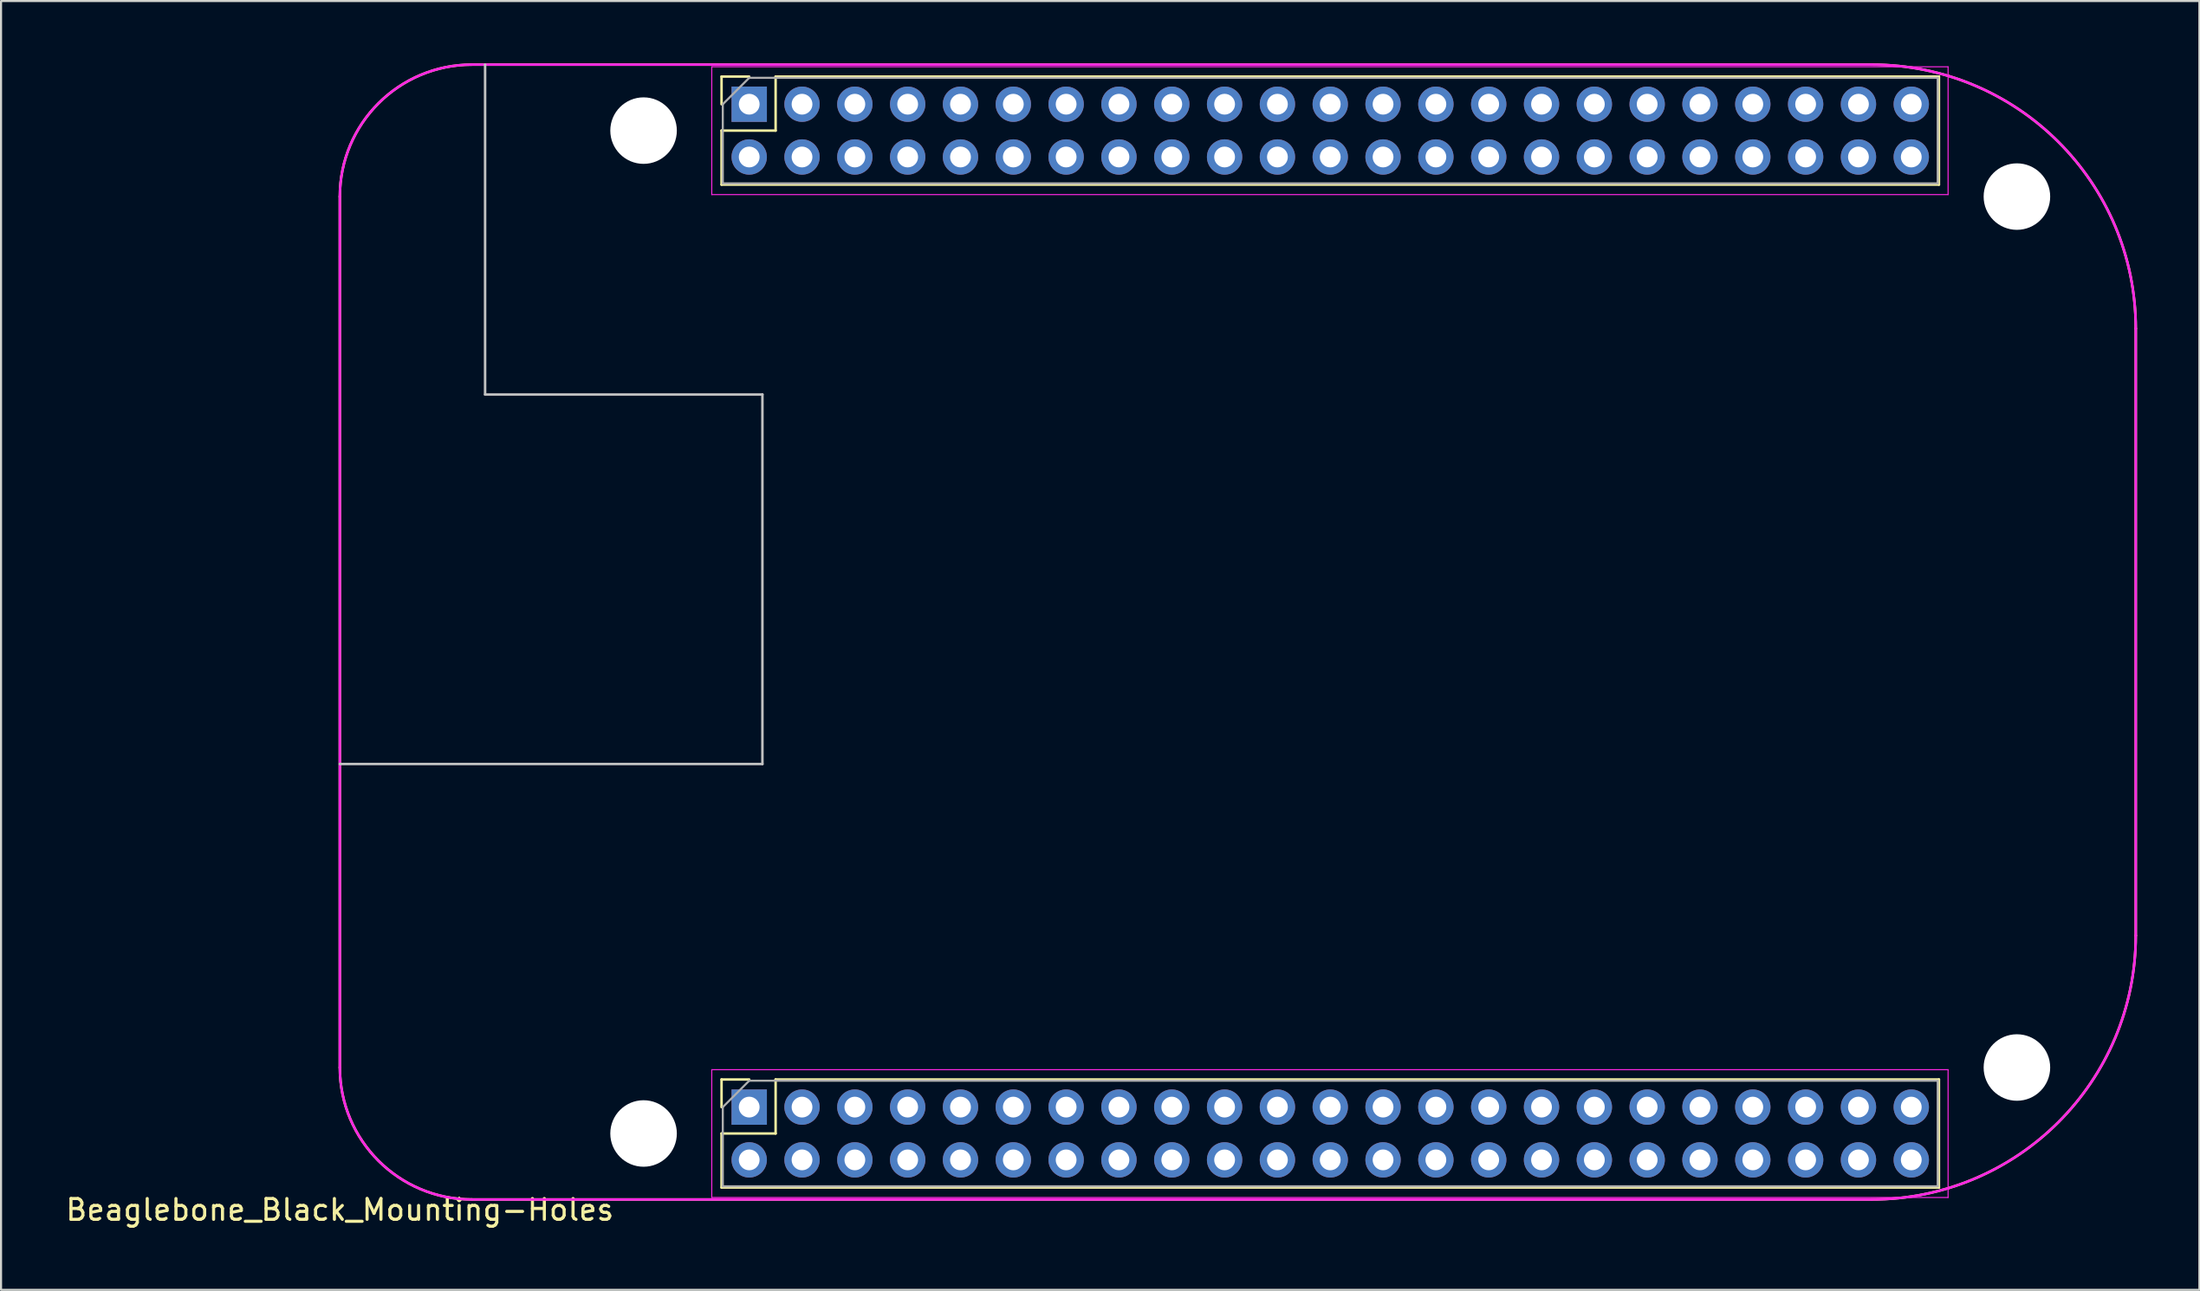
<source format=kicad_pcb>
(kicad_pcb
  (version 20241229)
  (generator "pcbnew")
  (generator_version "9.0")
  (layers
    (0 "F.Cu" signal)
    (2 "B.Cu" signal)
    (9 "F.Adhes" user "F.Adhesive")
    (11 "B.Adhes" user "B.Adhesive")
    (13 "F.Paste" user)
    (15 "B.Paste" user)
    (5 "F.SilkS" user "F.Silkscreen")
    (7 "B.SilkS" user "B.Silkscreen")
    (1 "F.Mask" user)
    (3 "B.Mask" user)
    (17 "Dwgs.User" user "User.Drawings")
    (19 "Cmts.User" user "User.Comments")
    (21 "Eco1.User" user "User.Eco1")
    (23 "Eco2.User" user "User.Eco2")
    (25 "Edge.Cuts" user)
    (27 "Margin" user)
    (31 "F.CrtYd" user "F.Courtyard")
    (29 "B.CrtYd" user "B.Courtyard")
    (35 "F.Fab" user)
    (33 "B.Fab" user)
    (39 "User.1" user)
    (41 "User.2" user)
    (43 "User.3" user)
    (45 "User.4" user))
  (footprint "Beaglebone_Black_Mounting-Holes"
    (layer "F.Cu")
    (at 13.292 54.67)
    (property "Reference" "Beaglebone_Black_Mounting-Holes" (at 0 0.5 0) (layer "F.SilkS") (effects (font (size 1 1) (thickness 0.15))))
    (attr through_hole)
    (fp_line (start 0 -48.26) (end 0 -6.35) (stroke (width 0.12) (type solid)) (layer "F.SilkS"))
    (fp_line (start 6.35 0) (end 73.66 0) (stroke (width 0.12) (type solid)) (layer "F.SilkS"))
    (fp_line (start 18.355 -54.035) (end 18.355 -52.705) (stroke (width 0.12) (type solid)) (layer "F.SilkS"))
    (fp_line (start 18.355 -51.435) (end 18.355 -48.835) (stroke (width 0.12) (type solid)) (layer "F.SilkS"))
    (fp_line (start 18.355 -48.835) (end 76.895 -48.835) (stroke (width 0.12) (type solid)) (layer "F.SilkS"))
    (fp_line (start 18.355 -5.775) (end 18.355 -4.445) (stroke (width 0.12) (type solid)) (layer "F.SilkS"))
    (fp_line (start 18.355 -3.175) (end 18.355 -0.575) (stroke (width 0.12) (type solid)) (layer "F.SilkS"))
    (fp_line (start 18.355 -0.575) (end 76.895 -0.575) (stroke (width 0.12) (type solid)) (layer "F.SilkS"))
    (fp_line (start 19.685 -54.035) (end 18.355 -54.035) (stroke (width 0.12) (type solid)) (layer "F.SilkS"))
    (fp_line (start 19.685 -5.775) (end 18.355 -5.775) (stroke (width 0.12) (type solid)) (layer "F.SilkS"))
    (fp_line (start 20.955 -54.035) (end 20.955 -51.435) (stroke (width 0.12) (type solid)) (layer "F.SilkS"))
    (fp_line (start 20.955 -54.035) (end 76.895 -54.035) (stroke (width 0.12) (type solid)) (layer "F.SilkS"))
    (fp_line (start 20.955 -51.435) (end 18.355 -51.435) (stroke (width 0.12) (type solid)) (layer "F.SilkS"))
    (fp_line (start 20.955 -5.775) (end 20.955 -3.175) (stroke (width 0.12) (type solid)) (layer "F.SilkS"))
    (fp_line (start 20.955 -5.775) (end 76.895 -5.775) (stroke (width 0.12) (type solid)) (layer "F.SilkS"))
    (fp_line (start 20.955 -3.175) (end 18.355 -3.175) (stroke (width 0.12) (type solid)) (layer "F.SilkS"))
    (fp_line (start 73.66 -54.61) (end 6.35 -54.61) (stroke (width 0.12) (type solid)) (layer "F.SilkS"))
    (fp_line (start 76.895 -54.035) (end 76.895 -48.835) (stroke (width 0.12) (type solid)) (layer "F.SilkS"))
    (fp_line (start 76.895 -5.775) (end 76.895 -0.575) (stroke (width 0.12) (type solid)) (layer "F.SilkS"))
    (fp_line (start 86.36 -12.7) (end 86.36 -41.91) (stroke (width 0.12) (type solid)) (layer "F.SilkS"))
    (fp_arc (start 0 -48.26) (mid 1.859872 -52.750128) (end 6.35 -54.61) (stroke (width 0.12) (type solid)) (layer "F.SilkS"))
    (fp_arc (start 6.35 0) (mid 1.859872 -1.859872) (end 0 -6.35) (stroke (width 0.12) (type solid)) (layer "F.SilkS"))
    (fp_arc (start 73.66 -54.61) (mid 82.640256 -50.890256) (end 86.36 -41.91) (stroke (width 0.12) (type solid)) (layer "F.SilkS"))
    (fp_arc (start 86.36 -12.7) (mid 82.640256 -3.719744) (end 73.66 0) (stroke (width 0.12) (type solid)) (layer "F.SilkS"))
    (fp_line (start 0 -20.955) (end 20.32 -20.955) (stroke (width 0.12) (type solid)) (layer "Dwgs.User"))
    (fp_line (start 6.985 -38.735) (end 6.985 -54.61) (stroke (width 0.12) (type solid)) (layer "Dwgs.User"))
    (fp_line (start 20.32 -38.735) (end 6.985 -38.735) (stroke (width 0.12) (type solid)) (layer "Dwgs.User"))
    (fp_line (start 20.32 -38.735) (end 20.32 -20.955) (stroke (width 0.12) (type solid)) (layer "Dwgs.User"))
    (fp_line (start 0 -48.26) (end 0 -6.35) (stroke (width 0.12) (type solid)) (layer "F.CrtYd"))
    (fp_line (start 6.35 0) (end 73.66 0) (stroke (width 0.12) (type solid)) (layer "F.CrtYd"))
    (fp_line (start 17.885 -54.505) (end 77.335 -54.505) (stroke (width 0.05) (type solid)) (layer "F.CrtYd"))
    (fp_line (start 17.885 -48.355) (end 17.885 -54.505) (stroke (width 0.05) (type solid)) (layer "F.CrtYd"))
    (fp_line (start 17.885 -6.245) (end 77.335 -6.245) (stroke (width 0.05) (type solid)) (layer "F.CrtYd"))
    (fp_line (start 17.885 -0.095) (end 17.885 -6.245) (stroke (width 0.05) (type solid)) (layer "F.CrtYd"))
    (fp_line (start 73.66 -54.61) (end 6.35 -54.61) (stroke (width 0.12) (type solid)) (layer "F.CrtYd"))
    (fp_line (start 77.335 -54.505) (end 77.335 -48.355) (stroke (width 0.05) (type solid)) (layer "F.CrtYd"))
    (fp_line (start 77.335 -48.355) (end 17.885 -48.355) (stroke (width 0.05) (type solid)) (layer "F.CrtYd"))
    (fp_line (start 77.335 -6.245) (end 77.335 -0.095) (stroke (width 0.05) (type solid)) (layer "F.CrtYd"))
    (fp_line (start 77.335 -0.095) (end 17.885 -0.095) (stroke (width 0.05) (type solid)) (layer "F.CrtYd"))
    (fp_line (start 86.36 -12.7) (end 86.36 -41.91) (stroke (width 0.12) (type solid)) (layer "F.CrtYd"))
    (fp_arc (start 0 -48.26) (mid 1.859872 -52.750128) (end 6.35 -54.61) (stroke (width 0.12) (type solid)) (layer "F.CrtYd"))
    (fp_arc (start 6.35 0) (mid 1.859872 -1.859872) (end 0 -6.35) (stroke (width 0.12) (type solid)) (layer "F.CrtYd"))
    (fp_arc (start 73.66 -54.61) (mid 82.640256 -50.890256) (end 86.36 -41.91) (stroke (width 0.12) (type solid)) (layer "F.CrtYd"))
    (fp_arc (start 86.36 -12.7) (mid 82.640256 -3.719744) (end 73.66 0) (stroke (width 0.12) (type solid)) (layer "F.CrtYd"))
    (fp_line (start 18.415 -52.705) (end 18.415 -48.895) (stroke (width 0.1) (type solid)) (layer "F.Fab"))
    (fp_line (start 18.415 -48.895) (end 76.835 -48.895) (stroke (width 0.1) (type solid)) (layer "F.Fab"))
    (fp_line (start 18.415 -4.445) (end 18.415 -0.635) (stroke (width 0.1) (type solid)) (layer "F.Fab"))
    (fp_line (start 18.415 -0.635) (end 76.835 -0.635) (stroke (width 0.1) (type solid)) (layer "F.Fab"))
    (fp_line (start 19.685 -53.975) (end 18.415 -52.705) (stroke (width 0.1) (type solid)) (layer "F.Fab"))
    (fp_line (start 19.685 -5.715) (end 18.415 -4.445) (stroke (width 0.1) (type solid)) (layer "F.Fab"))
    (fp_line (start 76.835 -53.975) (end 19.685 -53.975) (stroke (width 0.1) (type solid)) (layer "F.Fab"))
    (fp_line (start 76.835 -48.895) (end 76.835 -53.975) (stroke (width 0.1) (type solid)) (layer "F.Fab"))
    (fp_line (start 76.835 -5.715) (end 19.685 -5.715) (stroke (width 0.1) (type solid)) (layer "F.Fab"))
    (fp_line (start 76.835 -0.635) (end 76.835 -5.715) (stroke (width 0.1) (type solid)) (layer "F.Fab"))
    (pad "" np_thru_hole circle (at 14.605 -51.435) (size 3.2 3.2) (drill 3.2) (layers "*.Cu" "*.Mask"))
    (pad "" np_thru_hole circle (at 14.605 -3.175) (size 3.2 3.2) (drill 3.2) (layers "*.Cu" "*.Mask"))
    (pad "" np_thru_hole circle (at 80.645 -48.26) (size 3.2 3.2) (drill 3.2) (layers "*.Cu" "*.Mask"))
    (pad "" np_thru_hole circle (at 80.645 -6.35) (size 3.2 3.2) (drill 3.2) (layers "*.Cu" "*.Mask"))
    (pad "P8_1" thru_hole rect (at 19.685 -4.445 90) (size 1.7 1.7) (drill 1) (layers "*.Cu" "*.Mask"))
    (pad "P8_2" thru_hole oval (at 19.685 -1.905 90) (size 1.7 1.7) (drill 1) (layers "*.Cu" "*.Mask"))
    (pad "P8_3" thru_hole oval (at 22.225 -4.445 90) (size 1.7 1.7) (drill 1) (layers "*.Cu" "*.Mask"))
    (pad "P8_4" thru_hole oval (at 22.225 -1.905 90) (size 1.7 1.7) (drill 1) (layers "*.Cu" "*.Mask"))
    (pad "P8_5" thru_hole oval (at 24.765 -4.445 90) (size 1.7 1.7) (drill 1) (layers "*.Cu" "*.Mask"))
    (pad "P8_6" thru_hole oval (at 24.765 -1.905 90) (size 1.7 1.7) (drill 1) (layers "*.Cu" "*.Mask"))
    (pad "P8_7" thru_hole oval (at 27.305 -4.445 90) (size 1.7 1.7) (drill 1) (layers "*.Cu" "*.Mask"))
    (pad "P8_8" thru_hole oval (at 27.305 -1.905 90) (size 1.7 1.7) (drill 1) (layers "*.Cu" "*.Mask"))
    (pad "P8_9" thru_hole oval (at 29.845 -4.445 90) (size 1.7 1.7) (drill 1) (layers "*.Cu" "*.Mask"))
    (pad "P8_10" thru_hole oval (at 29.845 -1.905 90) (size 1.7 1.7) (drill 1) (layers "*.Cu" "*.Mask"))
    (pad "P8_11" thru_hole oval (at 32.385 -4.445 90) (size 1.7 1.7) (drill 1) (layers "*.Cu" "*.Mask"))
    (pad "P8_12" thru_hole oval (at 32.385 -1.905 90) (size 1.7 1.7) (drill 1) (layers "*.Cu" "*.Mask"))
    (pad "P8_13" thru_hole oval (at 34.925 -4.445 90) (size 1.7 1.7) (drill 1) (layers "*.Cu" "*.Mask"))
    (pad "P8_14" thru_hole oval (at 34.925 -1.905 90) (size 1.7 1.7) (drill 1) (layers "*.Cu" "*.Mask"))
    (pad "P8_15" thru_hole oval (at 37.465 -4.445 90) (size 1.7 1.7) (drill 1) (layers "*.Cu" "*.Mask"))
    (pad "P8_16" thru_hole oval (at 37.465 -1.905 90) (size 1.7 1.7) (drill 1) (layers "*.Cu" "*.Mask"))
    (pad "P8_17" thru_hole oval (at 40.005 -4.445 90) (size 1.7 1.7) (drill 1) (layers "*.Cu" "*.Mask"))
    (pad "P8_18" thru_hole oval (at 40.005 -1.905 90) (size 1.7 1.7) (drill 1) (layers "*.Cu" "*.Mask"))
    (pad "P8_19" thru_hole oval (at 42.545 -4.445 90) (size 1.7 1.7) (drill 1) (layers "*.Cu" "*.Mask"))
    (pad "P8_20" thru_hole oval (at 42.545 -1.905 90) (size 1.7 1.7) (drill 1) (layers "*.Cu" "*.Mask"))
    (pad "P8_21" thru_hole oval (at 45.085 -4.445 90) (size 1.7 1.7) (drill 1) (layers "*.Cu" "*.Mask"))
    (pad "P8_22" thru_hole oval (at 45.085 -1.905 90) (size 1.7 1.7) (drill 1) (layers "*.Cu" "*.Mask"))
    (pad "P8_23" thru_hole oval (at 47.625 -4.445 90) (size 1.7 1.7) (drill 1) (layers "*.Cu" "*.Mask"))
    (pad "P8_24" thru_hole oval (at 47.625 -1.905 90) (size 1.7 1.7) (drill 1) (layers "*.Cu" "*.Mask"))
    (pad "P8_25" thru_hole oval (at 50.165 -4.445 90) (size 1.7 1.7) (drill 1) (layers "*.Cu" "*.Mask"))
    (pad "P8_26" thru_hole oval (at 50.165 -1.905 90) (size 1.7 1.7) (drill 1) (layers "*.Cu" "*.Mask"))
    (pad "P8_27" thru_hole oval (at 52.705 -4.445 90) (size 1.7 1.7) (drill 1) (layers "*.Cu" "*.Mask"))
    (pad "P8_28" thru_hole oval (at 52.705 -1.905 90) (size 1.7 1.7) (drill 1) (layers "*.Cu" "*.Mask"))
    (pad "P8_29" thru_hole oval (at 55.245 -4.445 90) (size 1.7 1.7) (drill 1) (layers "*.Cu" "*.Mask"))
    (pad "P8_30" thru_hole oval (at 55.245 -1.905 90) (size 1.7 1.7) (drill 1) (layers "*.Cu" "*.Mask"))
    (pad "P8_31" thru_hole oval (at 57.785 -4.445 90) (size 1.7 1.7) (drill 1) (layers "*.Cu" "*.Mask"))
    (pad "P8_32" thru_hole oval (at 57.785 -1.905 90) (size 1.7 1.7) (drill 1) (layers "*.Cu" "*.Mask"))
    (pad "P8_33" thru_hole oval (at 60.325 -4.445 90) (size 1.7 1.7) (drill 1) (layers "*.Cu" "*.Mask"))
    (pad "P8_34" thru_hole oval (at 60.325 -1.905 90) (size 1.7 1.7) (drill 1) (layers "*.Cu" "*.Mask"))
    (pad "P8_35" thru_hole oval (at 62.865 -4.445 90) (size 1.7 1.7) (drill 1) (layers "*.Cu" "*.Mask"))
    (pad "P8_36" thru_hole oval (at 62.865 -1.905 90) (size 1.7 1.7) (drill 1) (layers "*.Cu" "*.Mask"))
    (pad "P8_37" thru_hole oval (at 65.405 -4.445 90) (size 1.7 1.7) (drill 1) (layers "*.Cu" "*.Mask"))
    (pad "P8_38" thru_hole oval (at 65.405 -1.905 90) (size 1.7 1.7) (drill 1) (layers "*.Cu" "*.Mask"))
    (pad "P8_39" thru_hole oval (at 67.945 -4.445 90) (size 1.7 1.7) (drill 1) (layers "*.Cu" "*.Mask"))
    (pad "P8_40" thru_hole oval (at 67.945 -1.905 90) (size 1.7 1.7) (drill 1) (layers "*.Cu" "*.Mask"))
    (pad "P8_41" thru_hole oval (at 70.485 -4.445 90) (size 1.7 1.7) (drill 1) (layers "*.Cu" "*.Mask"))
    (pad "P8_42" thru_hole oval (at 70.485 -1.905 90) (size 1.7 1.7) (drill 1) (layers "*.Cu" "*.Mask"))
    (pad "P8_43" thru_hole oval (at 73.025 -4.445 90) (size 1.7 1.7) (drill 1) (layers "*.Cu" "*.Mask"))
    (pad "P8_44" thru_hole oval (at 73.025 -1.905 90) (size 1.7 1.7) (drill 1) (layers "*.Cu" "*.Mask"))
    (pad "P8_45" thru_hole oval (at 75.565 -4.445 90) (size 1.7 1.7) (drill 1) (layers "*.Cu" "*.Mask"))
    (pad "P8_46" thru_hole oval (at 75.565 -1.905 90) (size 1.7 1.7) (drill 1) (layers "*.Cu" "*.Mask"))
    (pad "P9_1" thru_hole rect (at 19.685 -52.705 90) (size 1.7 1.7) (drill 1) (layers "*.Cu" "*.Mask"))
    (pad "P9_2" thru_hole oval (at 19.685 -50.165 90) (size 1.7 1.7) (drill 1) (layers "*.Cu" "*.Mask"))
    (pad "P9_3" thru_hole oval (at 22.225 -52.705 90) (size 1.7 1.7) (drill 1) (layers "*.Cu" "*.Mask"))
    (pad "P9_4" thru_hole oval (at 22.225 -50.165 90) (size 1.7 1.7) (drill 1) (layers "*.Cu" "*.Mask"))
    (pad "P9_5" thru_hole oval (at 24.765 -52.705 90) (size 1.7 1.7) (drill 1) (layers "*.Cu" "*.Mask"))
    (pad "P9_6" thru_hole oval (at 24.765 -50.165 90) (size 1.7 1.7) (drill 1) (layers "*.Cu" "*.Mask"))
    (pad "P9_7" thru_hole oval (at 27.305 -52.705 90) (size 1.7 1.7) (drill 1) (layers "*.Cu" "*.Mask"))
    (pad "P9_8" thru_hole oval (at 27.305 -50.165 90) (size 1.7 1.7) (drill 1) (layers "*.Cu" "*.Mask"))
    (pad "P9_9" thru_hole oval (at 29.845 -52.705 90) (size 1.7 1.7) (drill 1) (layers "*.Cu" "*.Mask"))
    (pad "P9_10" thru_hole oval (at 29.845 -50.165 90) (size 1.7 1.7) (drill 1) (layers "*.Cu" "*.Mask"))
    (pad "P9_11" thru_hole oval (at 32.385 -52.705 90) (size 1.7 1.7) (drill 1) (layers "*.Cu" "*.Mask"))
    (pad "P9_12" thru_hole oval (at 32.385 -50.165 90) (size 1.7 1.7) (drill 1) (layers "*.Cu" "*.Mask"))
    (pad "P9_13" thru_hole oval (at 34.925 -52.705 90) (size 1.7 1.7) (drill 1) (layers "*.Cu" "*.Mask"))
    (pad "P9_14" thru_hole oval (at 34.925 -50.165 90) (size 1.7 1.7) (drill 1) (layers "*.Cu" "*.Mask"))
    (pad "P9_15" thru_hole oval (at 37.465 -52.705 90) (size 1.7 1.7) (drill 1) (layers "*.Cu" "*.Mask"))
    (pad "P9_16" thru_hole oval (at 37.465 -50.165 90) (size 1.7 1.7) (drill 1) (layers "*.Cu" "*.Mask"))
    (pad "P9_17" thru_hole oval (at 40.005 -52.705 90) (size 1.7 1.7) (drill 1) (layers "*.Cu" "*.Mask"))
    (pad "P9_18" thru_hole oval (at 40.005 -50.165 90) (size 1.7 1.7) (drill 1) (layers "*.Cu" "*.Mask"))
    (pad "P9_19" thru_hole oval (at 42.545 -52.705 90) (size 1.7 1.7) (drill 1) (layers "*.Cu" "*.Mask"))
    (pad "P9_20" thru_hole oval (at 42.545 -50.165 90) (size 1.7 1.7) (drill 1) (layers "*.Cu" "*.Mask"))
    (pad "P9_21" thru_hole oval (at 45.085 -52.705 90) (size 1.7 1.7) (drill 1) (layers "*.Cu" "*.Mask"))
    (pad "P9_22" thru_hole oval (at 45.085 -50.165 90) (size 1.7 1.7) (drill 1) (layers "*.Cu" "*.Mask"))
    (pad "P9_23" thru_hole oval (at 47.625 -52.705 90) (size 1.7 1.7) (drill 1) (layers "*.Cu" "*.Mask"))
    (pad "P9_24" thru_hole oval (at 47.625 -50.165 90) (size 1.7 1.7) (drill 1) (layers "*.Cu" "*.Mask"))
    (pad "P9_25" thru_hole oval (at 50.165 -52.705 90) (size 1.7 1.7) (drill 1) (layers "*.Cu" "*.Mask"))
    (pad "P9_26" thru_hole oval (at 50.165 -50.165 90) (size 1.7 1.7) (drill 1) (layers "*.Cu" "*.Mask"))
    (pad "P9_27" thru_hole oval (at 52.705 -52.705 90) (size 1.7 1.7) (drill 1) (layers "*.Cu" "*.Mask"))
    (pad "P9_28" thru_hole oval (at 52.705 -50.165 90) (size 1.7 1.7) (drill 1) (layers "*.Cu" "*.Mask"))
    (pad "P9_29" thru_hole oval (at 55.245 -52.705 90) (size 1.7 1.7) (drill 1) (layers "*.Cu" "*.Mask"))
    (pad "P9_30" thru_hole oval (at 55.245 -50.165 90) (size 1.7 1.7) (drill 1) (layers "*.Cu" "*.Mask"))
    (pad "P9_31" thru_hole oval (at 57.785 -52.705 90) (size 1.7 1.7) (drill 1) (layers "*.Cu" "*.Mask"))
    (pad "P9_32" thru_hole oval (at 57.785 -50.165 90) (size 1.7 1.7) (drill 1) (layers "*.Cu" "*.Mask"))
    (pad "P9_33" thru_hole oval (at 60.325 -52.705 90) (size 1.7 1.7) (drill 1) (layers "*.Cu" "*.Mask"))
    (pad "P9_34" thru_hole oval (at 60.325 -50.165 90) (size 1.7 1.7) (drill 1) (layers "*.Cu" "*.Mask"))
    (pad "P9_35" thru_hole oval (at 62.865 -52.705 90) (size 1.7 1.7) (drill 1) (layers "*.Cu" "*.Mask"))
    (pad "P9_36" thru_hole oval (at 62.865 -50.165 90) (size 1.7 1.7) (drill 1) (layers "*.Cu" "*.Mask"))
    (pad "P9_37" thru_hole oval (at 65.405 -52.705 90) (size 1.7 1.7) (drill 1) (layers "*.Cu" "*.Mask"))
    (pad "P9_38" thru_hole oval (at 65.405 -50.165 90) (size 1.7 1.7) (drill 1) (layers "*.Cu" "*.Mask"))
    (pad "P9_39" thru_hole oval (at 67.945 -52.705 90) (size 1.7 1.7) (drill 1) (layers "*.Cu" "*.Mask"))
    (pad "P9_40" thru_hole oval (at 67.945 -50.165 90) (size 1.7 1.7) (drill 1) (layers "*.Cu" "*.Mask"))
    (pad "P9_41" thru_hole oval (at 70.485 -52.705 90) (size 1.7 1.7) (drill 1) (layers "*.Cu" "*.Mask"))
    (pad "P9_42" thru_hole oval (at 70.485 -50.165 90) (size 1.7 1.7) (drill 1) (layers "*.Cu" "*.Mask"))
    (pad "P9_43" thru_hole oval (at 73.025 -52.705 90) (size 1.7 1.7) (drill 1) (layers "*.Cu" "*.Mask"))
    (pad "P9_44" thru_hole oval (at 73.025 -50.165 90) (size 1.7 1.7) (drill 1) (layers "*.Cu" "*.Mask"))
    (pad "P9_45" thru_hole oval (at 75.565 -52.705 90) (size 1.7 1.7) (drill 1) (layers "*.Cu" "*.Mask"))
    (pad "P9_46" thru_hole oval (at 75.565 -50.165 90) (size 1.7 1.7) (drill 1) (layers "*.Cu" "*.Mask")))
  (gr_rect
    (start -3 -3)
    (end 102.712 59.018)
    (stroke (width 0.1) (type default))
    (fill no)
    (layer "Edge.Cuts")))
</source>
